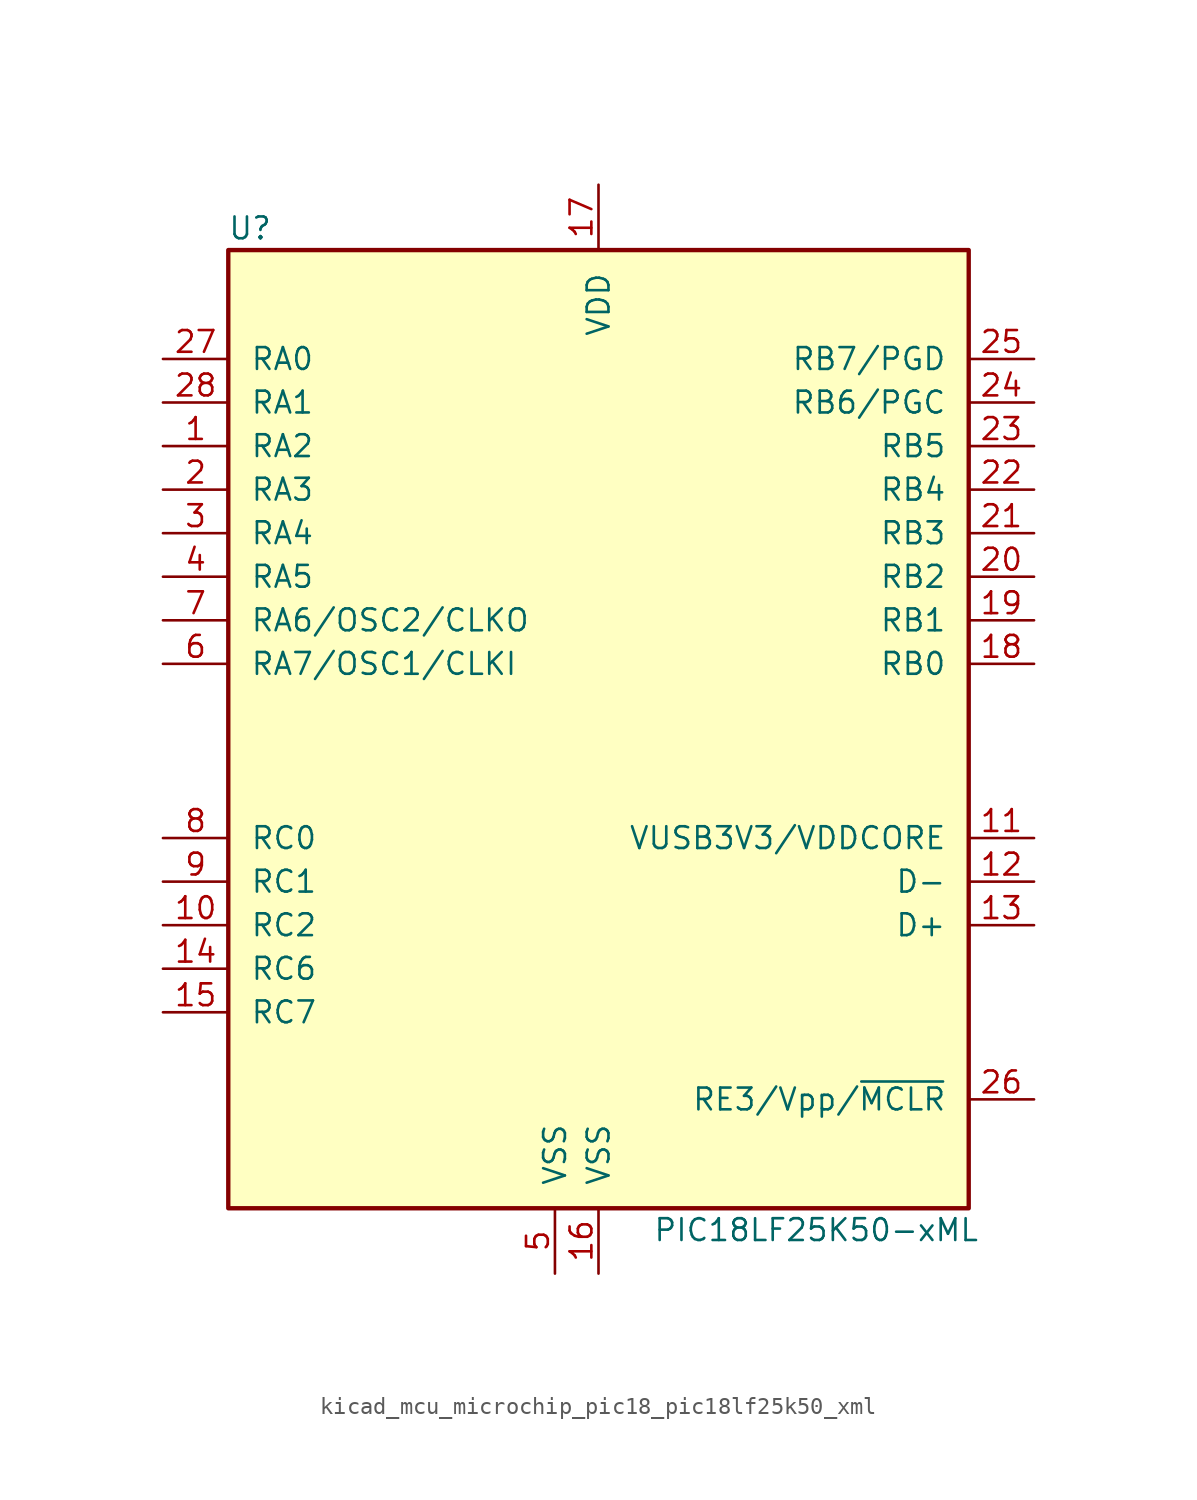
<source format=kicad_sym>
(kicad_symbol_lib
  (version 20220914)
  (generator kicad_symbol_editor)
  (symbol "kicad_mcu_microchip_pic18_pic18lf25k50_xml"
    (pin_names
      (offset 1.27))
    (property "Reference" "U"
      (at -20.32 30.48 0)
      (effects (font (size 1.27 1.27))))
    (property "Value" "PIC18LF25K50-xML"
      (at 12.7 -27.94 0)
      (effects (font (size 1.27 1.27))))
    (symbol "kicad_mcu_microchip_pic18_pic18lf25k50_xml_0_1"
      (rectangle (start -21.59 29.21) (end 21.59 -26.67) (stroke (width 0.254) (type default)) (fill (type background))))
    (symbol "kicad_mcu_microchip_pic18_pic18lf25k50_xml_1_1"
      (pin bidirectional line (at -25.4 17.78 0) (length 3.81) (name "RA2" (effects (font (size 1.27 1.27)))) (number "1" (effects (font (size 1.27 1.27)))))
      (pin bidirectional line (at -25.4 -10.16 0) (length 3.81) (name "RC2" (effects (font (size 1.27 1.27)))) (number "10" (effects (font (size 1.27 1.27)))))
      (pin bidirectional line (at 25.4 -5.08 180) (length 3.81) (name "VUSB3V3/VDDCORE" (effects (font (size 1.27 1.27)))) (number "11" (effects (font (size 1.27 1.27)))))
      (pin bidirectional line (at 25.4 -7.62 180) (length 3.81) (name "D-" (effects (font (size 1.27 1.27)))) (number "12" (effects (font (size 1.27 1.27)))))
      (pin bidirectional line (at 25.4 -10.16 180) (length 3.81) (name "D+" (effects (font (size 1.27 1.27)))) (number "13" (effects (font (size 1.27 1.27)))))
      (pin bidirectional line (at -25.4 -12.7 0) (length 3.81) (name "RC6" (effects (font (size 1.27 1.27)))) (number "14" (effects (font (size 1.27 1.27)))))
      (pin bidirectional line (at -25.4 -15.24 0) (length 3.81) (name "RC7" (effects (font (size 1.27 1.27)))) (number "15" (effects (font (size 1.27 1.27)))))
      (pin power_in line (at 0 -30.48 90) (length 3.81) (name "VSS" (effects (font (size 1.27 1.27)))) (number "16" (effects (font (size 1.27 1.27)))))
      (pin power_in line (at 0 33.02 270) (length 3.81) (name "VDD" (effects (font (size 1.27 1.27)))) (number "17" (effects (font (size 1.27 1.27)))))
      (pin bidirectional line (at 25.4 5.08 180) (length 3.81) (name "RB0" (effects (font (size 1.27 1.27)))) (number "18" (effects (font (size 1.27 1.27)))))
      (pin bidirectional line (at 25.4 7.62 180) (length 3.81) (name "RB1" (effects (font (size 1.27 1.27)))) (number "19" (effects (font (size 1.27 1.27)))))
      (pin bidirectional line (at -25.4 15.24 0) (length 3.81) (name "RA3" (effects (font (size 1.27 1.27)))) (number "2" (effects (font (size 1.27 1.27)))))
      (pin bidirectional line (at 25.4 10.16 180) (length 3.81) (name "RB2" (effects (font (size 1.27 1.27)))) (number "20" (effects (font (size 1.27 1.27)))))
      (pin bidirectional line (at 25.4 12.7 180) (length 3.81) (name "RB3" (effects (font (size 1.27 1.27)))) (number "21" (effects (font (size 1.27 1.27)))))
      (pin bidirectional line (at 25.4 15.24 180) (length 3.81) (name "RB4" (effects (font (size 1.27 1.27)))) (number "22" (effects (font (size 1.27 1.27)))))
      (pin bidirectional line (at 25.4 17.78 180) (length 3.81) (name "RB5" (effects (font (size 1.27 1.27)))) (number "23" (effects (font (size 1.27 1.27)))))
      (pin bidirectional line (at 25.4 20.32 180) (length 3.81) (name "RB6/PGC" (effects (font (size 1.27 1.27)))) (number "24" (effects (font (size 1.27 1.27)))))
      (pin bidirectional line (at 25.4 22.86 180) (length 3.81) (name "RB7/PGD" (effects (font (size 1.27 1.27)))) (number "25" (effects (font (size 1.27 1.27)))))
      (pin input line (at 25.4 -20.32 180) (length 3.81) (name "RE3/Vpp/~{MCLR}" (effects (font (size 1.27 1.27)))) (number "26" (effects (font (size 1.27 1.27)))))
      (pin bidirectional line (at -25.4 22.86 0) (length 3.81) (name "RA0" (effects (font (size 1.27 1.27)))) (number "27" (effects (font (size 1.27 1.27)))))
      (pin bidirectional line (at -25.4 20.32 0) (length 3.81) (name "RA1" (effects (font (size 1.27 1.27)))) (number "28" (effects (font (size 1.27 1.27)))))
      (pin bidirectional line (at -25.4 12.7 0) (length 3.81) (name "RA4" (effects (font (size 1.27 1.27)))) (number "3" (effects (font (size 1.27 1.27)))))
      (pin bidirectional line (at -25.4 10.16 0) (length 3.81) (name "RA5" (effects (font (size 1.27 1.27)))) (number "4" (effects (font (size 1.27 1.27)))))
      (pin power_in line (at -2.54 -30.48 90) (length 3.81) (name "VSS" (effects (font (size 1.27 1.27)))) (number "5" (effects (font (size 1.27 1.27)))))
      (pin input line (at -25.4 5.08 0) (length 3.81) (name "RA7/OSC1/CLKI" (effects (font (size 1.27 1.27)))) (number "6" (effects (font (size 1.27 1.27)))))
      (pin output line (at -25.4 7.62 0) (length 3.81) (name "RA6/OSC2/CLKO" (effects (font (size 1.27 1.27)))) (number "7" (effects (font (size 1.27 1.27)))))
      (pin bidirectional line (at -25.4 -5.08 0) (length 3.81) (name "RC0" (effects (font (size 1.27 1.27)))) (number "8" (effects (font (size 1.27 1.27)))))
      (pin bidirectional line (at -25.4 -7.62 0) (length 3.81) (name "RC1" (effects (font (size 1.27 1.27)))) (number "9" (effects (font (size 1.27 1.27))))))))
</source>
